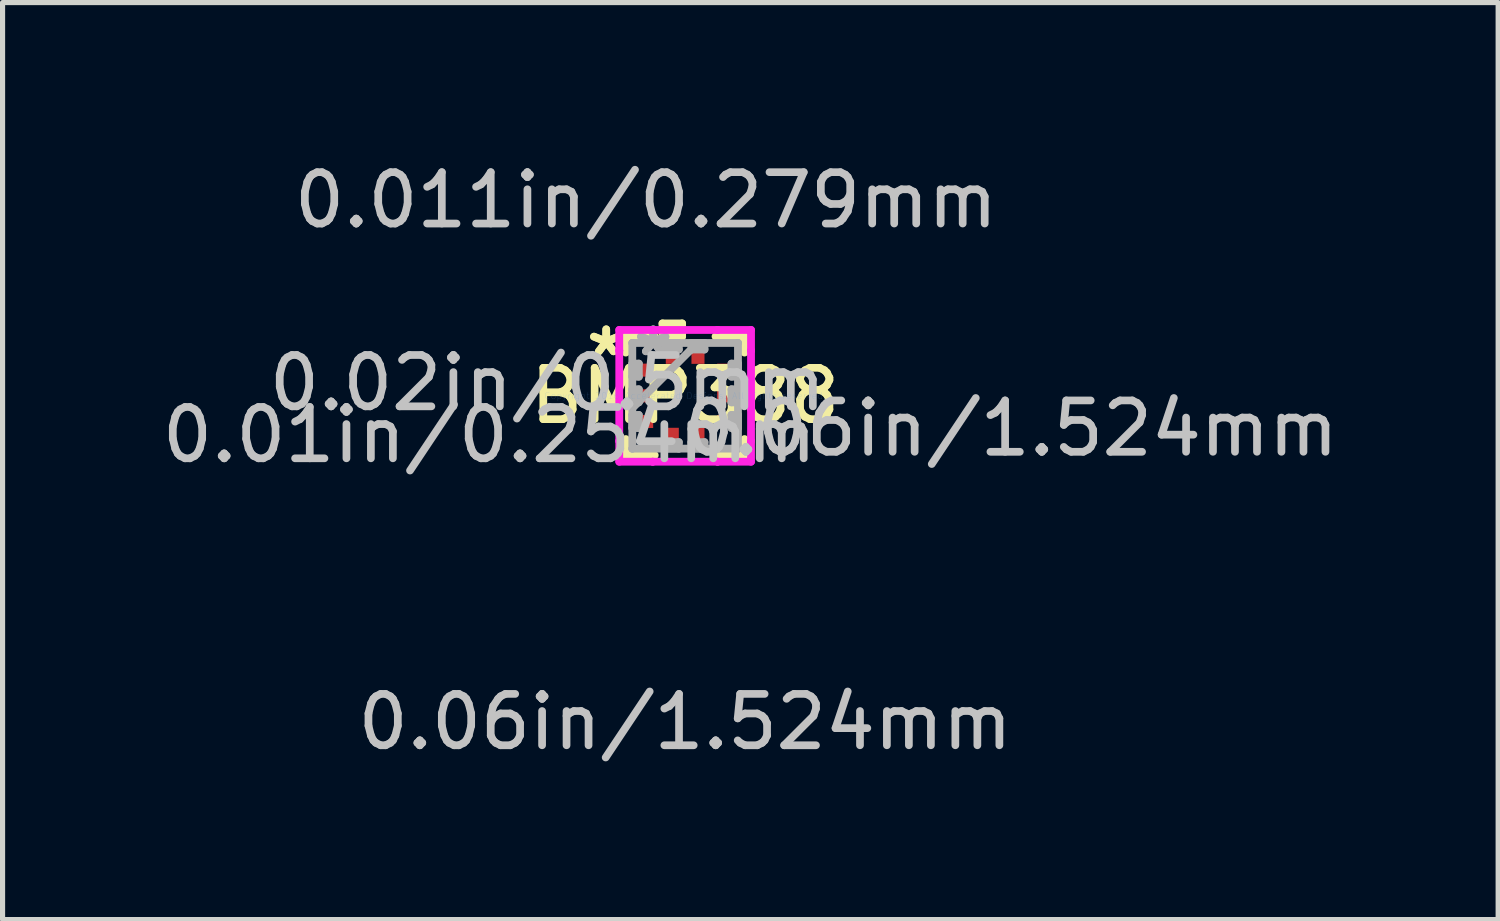
<source format=kicad_pcb>
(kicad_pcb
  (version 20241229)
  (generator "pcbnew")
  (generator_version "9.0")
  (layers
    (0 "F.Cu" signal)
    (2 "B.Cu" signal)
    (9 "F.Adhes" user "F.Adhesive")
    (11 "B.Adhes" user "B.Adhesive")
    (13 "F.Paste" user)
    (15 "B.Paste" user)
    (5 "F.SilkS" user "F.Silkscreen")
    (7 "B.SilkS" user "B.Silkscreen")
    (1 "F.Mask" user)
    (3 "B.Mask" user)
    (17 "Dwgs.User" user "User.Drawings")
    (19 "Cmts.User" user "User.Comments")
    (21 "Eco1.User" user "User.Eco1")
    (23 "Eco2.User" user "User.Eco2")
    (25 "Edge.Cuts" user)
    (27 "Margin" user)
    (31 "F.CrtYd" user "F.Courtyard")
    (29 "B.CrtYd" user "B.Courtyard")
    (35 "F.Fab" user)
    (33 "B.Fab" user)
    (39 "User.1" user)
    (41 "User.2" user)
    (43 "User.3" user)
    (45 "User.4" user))
  (footprint "BMP388"
    (layer "F.Cu")
    (at 10.292 4.658)
    (property "Reference" "BMP388" (at 0 0 0) (layer "F.SilkS") (effects (font (size 1 1) (thickness 0.15))))
    (attr through_hole)
    (fp_line (start -1.156 -1.156) (end -1.156 -0.842) (stroke (width 0.152) (type solid)) (layer "F.SilkS"))
    (fp_line (start -1.156 0.842) (end -1.156 1.156) (stroke (width 0.152) (type solid)) (layer "F.SilkS"))
    (fp_line (start -1.156 1.156) (end -0.592 1.156) (stroke (width 0.152) (type solid)) (layer "F.SilkS"))
    (fp_line (start -0.592 -1.156) (end -1.156 -1.156) (stroke (width 0.152) (type solid)) (layer "F.SilkS"))
    (fp_line (start -0.441 -1.41) (end -0.059 -1.41) (stroke (width 0.152) (type solid)) (layer "F.SilkS"))
    (fp_line (start -0.441 -1.156) (end -0.441 -1.41) (stroke (width 0.152) (type solid)) (layer "F.SilkS"))
    (fp_line (start -0.059 -1.41) (end -0.059 -1.156) (stroke (width 0.152) (type solid)) (layer "F.SilkS"))
    (fp_line (start -0.059 -1.156) (end -0.441 -1.156) (stroke (width 0.152) (type solid)) (layer "F.SilkS"))
    (fp_line (start 0.592 1.156) (end 1.156 1.156) (stroke (width 0.152) (type solid)) (layer "F.SilkS"))
    (fp_line (start 1.156 -1.156) (end 0.592 -1.156) (stroke (width 0.152) (type solid)) (layer "F.SilkS"))
    (fp_line (start 1.156 -0.842) (end 1.156 -1.156) (stroke (width 0.152) (type solid)) (layer "F.SilkS"))
    (fp_line (start 1.156 1.156) (end 1.156 0.842) (stroke (width 0.152) (type solid)) (layer "F.SilkS"))
    (fp_line (start -1.283 -1.283) (end -0.631 -1.283) (stroke (width 0.152) (type solid)) (layer "F.CrtYd"))
    (fp_line (start -1.283 -0.881) (end -1.283 -1.283) (stroke (width 0.152) (type solid)) (layer "F.CrtYd"))
    (fp_line (start -1.283 -0.881) (end -1.283 -0.881) (stroke (width 0.152) (type solid)) (layer "F.CrtYd"))
    (fp_line (start -1.283 0.881) (end -1.283 -0.881) (stroke (width 0.152) (type solid)) (layer "F.CrtYd"))
    (fp_line (start -1.283 0.881) (end -1.283 0.881) (stroke (width 0.152) (type solid)) (layer "F.CrtYd"))
    (fp_line (start -1.283 1.283) (end -1.283 0.881) (stroke (width 0.152) (type solid)) (layer "F.CrtYd"))
    (fp_line (start -0.631 -1.283) (end -0.631 -1.283) (stroke (width 0.152) (type solid)) (layer "F.CrtYd"))
    (fp_line (start -0.631 -1.283) (end 0.631 -1.283) (stroke (width 0.152) (type solid)) (layer "F.CrtYd"))
    (fp_line (start -0.631 1.283) (end -1.283 1.283) (stroke (width 0.152) (type solid)) (layer "F.CrtYd"))
    (fp_line (start -0.631 1.283) (end -0.631 1.283) (stroke (width 0.152) (type solid)) (layer "F.CrtYd"))
    (fp_line (start 0.631 -1.283) (end 0.631 -1.283) (stroke (width 0.152) (type solid)) (layer "F.CrtYd"))
    (fp_line (start 0.631 -1.283) (end 1.283 -1.283) (stroke (width 0.152) (type solid)) (layer "F.CrtYd"))
    (fp_line (start 0.631 1.283) (end -0.631 1.283) (stroke (width 0.152) (type solid)) (layer "F.CrtYd"))
    (fp_line (start 0.631 1.283) (end 0.631 1.283) (stroke (width 0.152) (type solid)) (layer "F.CrtYd"))
    (fp_line (start 1.283 -1.283) (end 1.283 -0.881) (stroke (width 0.152) (type solid)) (layer "F.CrtYd"))
    (fp_line (start 1.283 -0.881) (end 1.283 -0.881) (stroke (width 0.152) (type solid)) (layer "F.CrtYd"))
    (fp_line (start 1.283 -0.881) (end 1.283 0.881) (stroke (width 0.152) (type solid)) (layer "F.CrtYd"))
    (fp_line (start 1.283 0.881) (end 1.283 0.881) (stroke (width 0.152) (type solid)) (layer "F.CrtYd"))
    (fp_line (start 1.283 0.881) (end 1.283 1.283) (stroke (width 0.152) (type solid)) (layer "F.CrtYd"))
    (fp_line (start 1.283 1.283) (end 0.631 1.283) (stroke (width 0.152) (type solid)) (layer "F.CrtYd"))
    (fp_line (start -1.029 -1.029) (end -1.029 -1.029) (stroke (width 0.152) (type solid)) (layer "F.Fab"))
    (fp_line (start -1.029 -1.029) (end -1.029 1.029) (stroke (width 0.152) (type solid)) (layer "F.Fab"))
    (fp_line (start -1.029 -0.627) (end -0.902 -0.627) (stroke (width 0.152) (type solid)) (layer "F.Fab"))
    (fp_line (start -1.029 -0.373) (end -1.029 -0.627) (stroke (width 0.152) (type solid)) (layer "F.Fab"))
    (fp_line (start -1.029 -0.127) (end -0.902 -0.127) (stroke (width 0.152) (type solid)) (layer "F.Fab"))
    (fp_line (start -1.029 0.127) (end -1.029 -0.127) (stroke (width 0.152) (type solid)) (layer "F.Fab"))
    (fp_line (start -1.029 0.241) (end 0.241 -1.029) (stroke (width 0.152) (type solid)) (layer "F.Fab"))
    (fp_line (start -1.029 0.373) (end -0.902 0.373) (stroke (width 0.152) (type solid)) (layer "F.Fab"))
    (fp_line (start -1.029 0.627) (end -1.029 0.373) (stroke (width 0.152) (type solid)) (layer "F.Fab"))
    (fp_line (start -1.029 1.029) (end -1.029 1.029) (stroke (width 0.152) (type solid)) (layer "F.Fab"))
    (fp_line (start -1.029 1.029) (end 1.029 1.029) (stroke (width 0.152) (type solid)) (layer "F.Fab"))
    (fp_line (start -0.902 -0.627) (end -0.902 -0.373) (stroke (width 0.152) (type solid)) (layer "F.Fab"))
    (fp_line (start -0.902 -0.373) (end -1.029 -0.373) (stroke (width 0.152) (type solid)) (layer "F.Fab"))
    (fp_line (start -0.902 -0.127) (end -0.902 0.127) (stroke (width 0.152) (type solid)) (layer "F.Fab"))
    (fp_line (start -0.902 0.127) (end -1.029 0.127) (stroke (width 0.152) (type solid)) (layer "F.Fab"))
    (fp_line (start -0.902 0.373) (end -0.902 0.627) (stroke (width 0.152) (type solid)) (layer "F.Fab"))
    (fp_line (start -0.902 0.627) (end -1.029 0.627) (stroke (width 0.152) (type solid)) (layer "F.Fab"))
    (fp_line (start -0.377 -1.029) (end -0.123 -1.029) (stroke (width 0.152) (type solid)) (layer "F.Fab"))
    (fp_line (start -0.377 -0.902) (end -0.377 -1.029) (stroke (width 0.152) (type solid)) (layer "F.Fab"))
    (fp_line (start -0.377 0.902) (end -0.123 0.902) (stroke (width 0.152) (type solid)) (layer "F.Fab"))
    (fp_line (start -0.377 1.029) (end -0.377 0.902) (stroke (width 0.152) (type solid)) (layer "F.Fab"))
    (fp_line (start -0.123 -1.029) (end -0.123 -0.902) (stroke (width 0.152) (type solid)) (layer "F.Fab"))
    (fp_line (start -0.123 -0.902) (end -0.377 -0.902) (stroke (width 0.152) (type solid)) (layer "F.Fab"))
    (fp_line (start -0.123 0.902) (end -0.123 1.029) (stroke (width 0.152) (type solid)) (layer "F.Fab"))
    (fp_line (start -0.123 1.029) (end -0.377 1.029) (stroke (width 0.152) (type solid)) (layer "F.Fab"))
    (fp_line (start 0.123 -1.029) (end 0.377 -1.029) (stroke (width 0.152) (type solid)) (layer "F.Fab"))
    (fp_line (start 0.123 -0.902) (end 0.123 -1.029) (stroke (width 0.152) (type solid)) (layer "F.Fab"))
    (fp_line (start 0.123 0.902) (end 0.377 0.902) (stroke (width 0.152) (type solid)) (layer "F.Fab"))
    (fp_line (start 0.123 1.029) (end 0.123 0.902) (stroke (width 0.152) (type solid)) (layer "F.Fab"))
    (fp_line (start 0.377 -1.029) (end 0.377 -0.902) (stroke (width 0.152) (type solid)) (layer "F.Fab"))
    (fp_line (start 0.377 -0.902) (end 0.123 -0.902) (stroke (width 0.152) (type solid)) (layer "F.Fab"))
    (fp_line (start 0.377 0.902) (end 0.377 1.029) (stroke (width 0.152) (type solid)) (layer "F.Fab"))
    (fp_line (start 0.377 1.029) (end 0.123 1.029) (stroke (width 0.152) (type solid)) (layer "F.Fab"))
    (fp_line (start 0.902 -0.627) (end 1.029 -0.627) (stroke (width 0.152) (type solid)) (layer "F.Fab"))
    (fp_line (start 0.902 -0.373) (end 0.902 -0.627) (stroke (width 0.152) (type solid)) (layer "F.Fab"))
    (fp_line (start 0.902 -0.127) (end 1.029 -0.127) (stroke (width 0.152) (type solid)) (layer "F.Fab"))
    (fp_line (start 0.902 0.127) (end 0.902 -0.127) (stroke (width 0.152) (type solid)) (layer "F.Fab"))
    (fp_line (start 0.902 0.373) (end 1.029 0.373) (stroke (width 0.152) (type solid)) (layer "F.Fab"))
    (fp_line (start 0.902 0.627) (end 0.902 0.373) (stroke (width 0.152) (type solid)) (layer "F.Fab"))
    (fp_line (start 1.029 -1.029) (end -1.029 -1.029) (stroke (width 0.152) (type solid)) (layer "F.Fab"))
    (fp_line (start 1.029 -1.029) (end 1.029 -1.029) (stroke (width 0.152) (type solid)) (layer "F.Fab"))
    (fp_line (start 1.029 -0.627) (end 1.029 -0.373) (stroke (width 0.152) (type solid)) (layer "F.Fab"))
    (fp_line (start 1.029 -0.373) (end 0.902 -0.373) (stroke (width 0.152) (type solid)) (layer "F.Fab"))
    (fp_line (start 1.029 -0.127) (end 1.029 0.127) (stroke (width 0.152) (type solid)) (layer "F.Fab"))
    (fp_line (start 1.029 0.127) (end 0.902 0.127) (stroke (width 0.152) (type solid)) (layer "F.Fab"))
    (fp_line (start 1.029 0.373) (end 1.029 0.627) (stroke (width 0.152) (type solid)) (layer "F.Fab"))
    (fp_line (start 1.029 0.627) (end 0.902 0.627) (stroke (width 0.152) (type solid)) (layer "F.Fab"))
    (fp_line (start 1.029 1.029) (end 1.029 -1.029) (stroke (width 0.152) (type solid)) (layer "F.Fab"))
    (fp_line (start 1.029 1.029) (end 1.029 1.029) (stroke (width 0.152) (type solid)) (layer "F.Fab"))
    (fp_text user "*" (at -1.537 -0.75 0) (layer "F.SilkS") (effects (font (size 1 1) (thickness 0.15))))
    (fp_text user "*" (at -1.537 -0.75 0) (layer "F.SilkS") (effects (font (size 1 1) (thickness 0.15))))
    (fp_text user "0.011in/0.279mm" (at -0.762 -3.81 0) (layer "Dwgs.User") (effects (font (size 1 1) (thickness 0.15))))
    (fp_text user "0.02in/0.5mm" (at -2.68 -0.25 0) (layer "Dwgs.User") (effects (font (size 1 1) (thickness 0.15))))
    (fp_text user "0.06in/1.524mm" (at 6.35 0.635 0) (layer "Dwgs.User") (effects (font (size 1 1) (thickness 0.15))))
    (fp_text user "0.01in/0.254mm" (at -3.81 0.762 0) (layer "Dwgs.User") (effects (font (size 1 1) (thickness 0.15))))
    (fp_text user "0.06in/1.524mm" (at 0 6.35 0) (layer "Dwgs.User") (effects (font (size 1 1) (thickness 0.15))))
    (fp_text user "Copyright 2016 Accelerated Designs. All rights reserved." (at 0 0 0) (layer "Cmts.User") (effects (font (size 0.127 0.127) (thickness 0.002))))
    (fp_text user "*" (at -0.622 -0.75 0) (layer "F.Fab") (effects (font (size 1 1) (thickness 0.15))))
    (fp_text user "*" (at -0.622 -0.75 0) (layer "F.Fab") (effects (font (size 1 1) (thickness 0.15))))
    (pad "1" smd rect (at 0.25 -0.762) (size 0.254 0.279) (layers "F.Cu" "F.Mask" "F.Paste"))
    (pad "2" smd rect (at -0.25 -0.762) (size 0.254 0.279) (layers "F.Cu" "F.Mask" "F.Paste"))
    (pad "3" smd rect (at -0.762 -0.5 90) (size 0.254 0.279) (layers "F.Cu" "F.Mask" "F.Paste"))
    (pad "4" smd rect (at -0.762 0 90) (size 0.254 0.279) (layers "F.Cu" "F.Mask" "F.Paste"))
    (pad "5" smd rect (at -0.762 0.5 90) (size 0.254 0.279) (layers "F.Cu" "F.Mask" "F.Paste"))
    (pad "6" smd rect (at -0.25 0.762) (size 0.254 0.279) (layers "F.Cu" "F.Mask" "F.Paste"))
    (pad "7" smd rect (at 0.25 0.762) (size 0.254 0.279) (layers "F.Cu" "F.Mask" "F.Paste"))
    (pad "8" smd rect (at 0.762 0.5 90) (size 0.254 0.279) (layers "F.Cu" "F.Mask" "F.Paste"))
    (pad "9" smd rect (at 0.762 0 90) (size 0.254 0.279) (layers "F.Cu" "F.Mask" "F.Paste"))
    (pad "10" smd rect (at 0.762 -0.5 90) (size 0.254 0.279) (layers "F.Cu" "F.Mask" "F.Paste")))
  (gr_rect
    (start -3 -3)
    (end 26.124 14.857)
    (stroke (width 0.1) (type default))
    (fill no)
    (layer "Edge.Cuts")))
</source>
